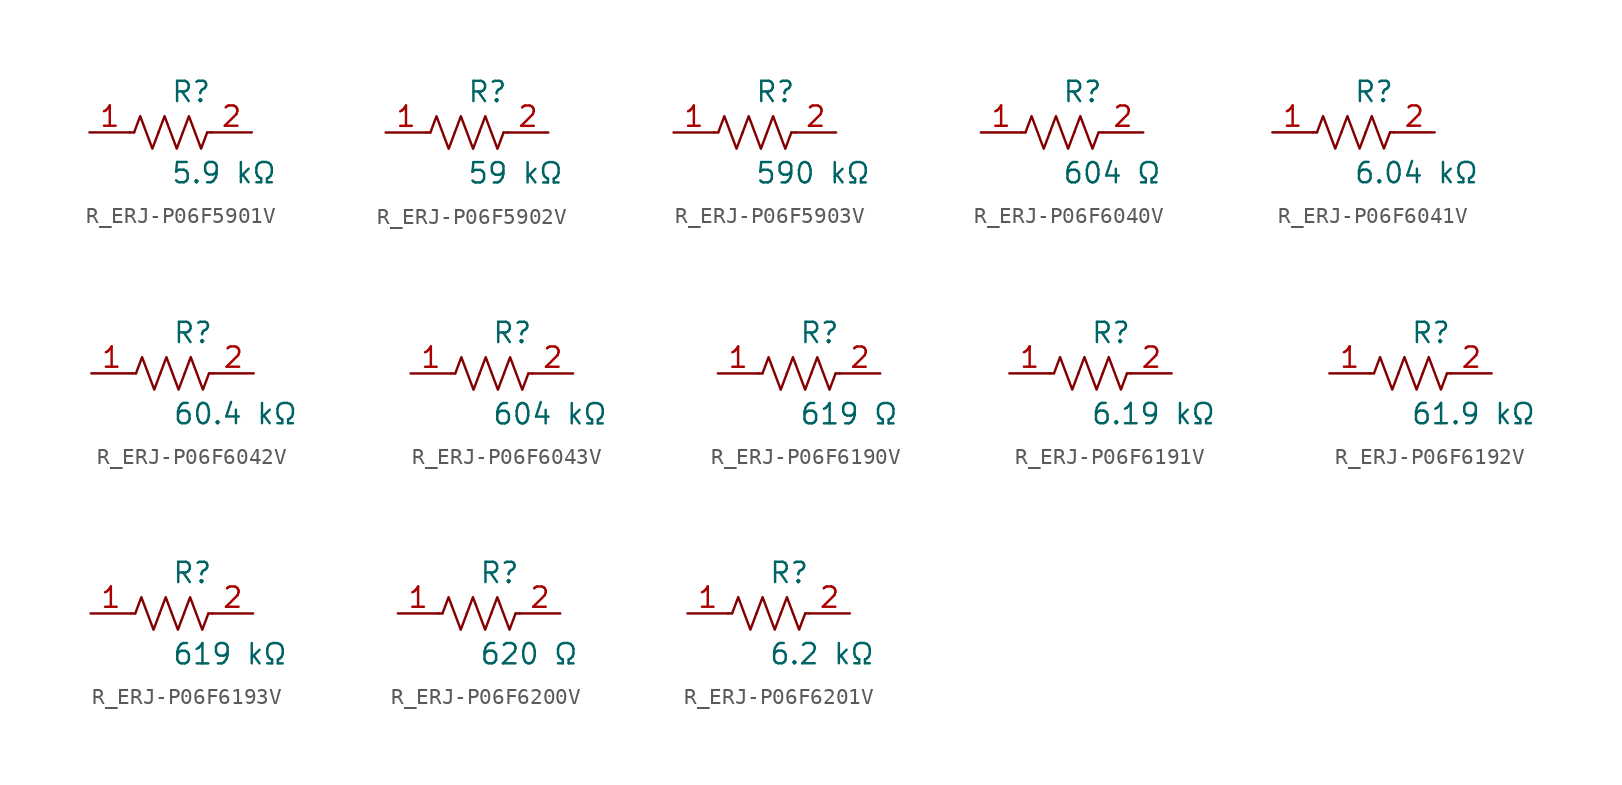
<source format=kicad_sym>
(kicad_symbol_lib
  (version 20231120)
  (generator kicad_symbol_editor)
  (generator_version 8.0)
  (symbol "R_ERJ-P06F5901V"
    (pin_names
      (offset 0.254))
    (property "Reference" "R"
      (at 0.0 2.54 0)
      (effects (font (size 1.27 1.27)) (justify left)))
    (property "Value" "5.9 kΩ"
      (at 0.0 -2.54 0)
      (effects (font (size 1.27 1.27)) (justify left)))
    (symbol "R_ERJ-P06F5901V_0_1"
      (polyline (pts (xy 2.286 0) (xy 2.54 0)) (stroke (width 0) (type default)) (fill (type none)))
      (polyline (pts (xy -2.286 0) (xy -2.54 0)) (stroke (width 0) (type default)) (fill (type none)))
      (polyline (pts (xy 0.762 0) (xy 1.143 1.016) (xy 1.524 0) (xy 1.905 -1.016) (xy 2.286 0)) (stroke (width 0) (type default)) (fill (type none)))
      (polyline (pts (xy -0.762 0) (xy -0.381 1.016) (xy 0 0) (xy 0.381 -1.016) (xy 0.762 0)) (stroke (width 0) (type default)) (fill (type none)))
      (polyline (pts (xy -2.286 0) (xy -1.905 1.016) (xy -1.524 0) (xy -1.143 -1.016) (xy -0.762 0)) (stroke (width 0) (type default)) (fill (type none))))
    (pin unspecified line
      (at -5.08 0 0)
      (length 2.54)
      (name "" (effects (font (size 1.27 1.27))))
      (number "1" (effects (font (size 1.27 1.27)))))
    (pin unspecified line
      (at 5.08 0 180)
      (length 2.54)
      (name "" (effects (font (size 1.27 1.27))))
      (number "2" (effects (font (size 1.27 1.27))))))
  (symbol "R_ERJ-P06F5902V"
    (pin_names
      (offset 0.254))
    (property "Reference" "R"
      (at 0.0 2.54 0)
      (effects (font (size 1.27 1.27)) (justify left)))
    (property "Value" "59 kΩ"
      (at 0.0 -2.54 0)
      (effects (font (size 1.27 1.27)) (justify left)))
    (symbol "R_ERJ-P06F5902V_0_1"
      (polyline (pts (xy 2.286 0) (xy 2.54 0)) (stroke (width 0) (type default)) (fill (type none)))
      (polyline (pts (xy -2.286 0) (xy -2.54 0)) (stroke (width 0) (type default)) (fill (type none)))
      (polyline (pts (xy 0.762 0) (xy 1.143 1.016) (xy 1.524 0) (xy 1.905 -1.016) (xy 2.286 0)) (stroke (width 0) (type default)) (fill (type none)))
      (polyline (pts (xy -0.762 0) (xy -0.381 1.016) (xy 0 0) (xy 0.381 -1.016) (xy 0.762 0)) (stroke (width 0) (type default)) (fill (type none)))
      (polyline (pts (xy -2.286 0) (xy -1.905 1.016) (xy -1.524 0) (xy -1.143 -1.016) (xy -0.762 0)) (stroke (width 0) (type default)) (fill (type none))))
    (pin unspecified line
      (at -5.08 0 0)
      (length 2.54)
      (name "" (effects (font (size 1.27 1.27))))
      (number "1" (effects (font (size 1.27 1.27)))))
    (pin unspecified line
      (at 5.08 0 180)
      (length 2.54)
      (name "" (effects (font (size 1.27 1.27))))
      (number "2" (effects (font (size 1.27 1.27))))))
  (symbol "R_ERJ-P06F5903V"
    (pin_names
      (offset 0.254))
    (property "Reference" "R"
      (at 0.0 2.54 0)
      (effects (font (size 1.27 1.27)) (justify left)))
    (property "Value" "590 kΩ"
      (at 0.0 -2.54 0)
      (effects (font (size 1.27 1.27)) (justify left)))
    (symbol "R_ERJ-P06F5903V_0_1"
      (polyline (pts (xy 2.286 0) (xy 2.54 0)) (stroke (width 0) (type default)) (fill (type none)))
      (polyline (pts (xy -2.286 0) (xy -2.54 0)) (stroke (width 0) (type default)) (fill (type none)))
      (polyline (pts (xy 0.762 0) (xy 1.143 1.016) (xy 1.524 0) (xy 1.905 -1.016) (xy 2.286 0)) (stroke (width 0) (type default)) (fill (type none)))
      (polyline (pts (xy -0.762 0) (xy -0.381 1.016) (xy 0 0) (xy 0.381 -1.016) (xy 0.762 0)) (stroke (width 0) (type default)) (fill (type none)))
      (polyline (pts (xy -2.286 0) (xy -1.905 1.016) (xy -1.524 0) (xy -1.143 -1.016) (xy -0.762 0)) (stroke (width 0) (type default)) (fill (type none))))
    (pin unspecified line
      (at -5.08 0 0)
      (length 2.54)
      (name "" (effects (font (size 1.27 1.27))))
      (number "1" (effects (font (size 1.27 1.27)))))
    (pin unspecified line
      (at 5.08 0 180)
      (length 2.54)
      (name "" (effects (font (size 1.27 1.27))))
      (number "2" (effects (font (size 1.27 1.27))))))
  (symbol "R_ERJ-P06F6040V"
    (pin_names
      (offset 0.254))
    (property "Reference" "R"
      (at 0.0 2.54 0)
      (effects (font (size 1.27 1.27)) (justify left)))
    (property "Value" "604 Ω"
      (at 0.0 -2.54 0)
      (effects (font (size 1.27 1.27)) (justify left)))
    (symbol "R_ERJ-P06F6040V_0_1"
      (polyline (pts (xy 2.286 0) (xy 2.54 0)) (stroke (width 0) (type default)) (fill (type none)))
      (polyline (pts (xy -2.286 0) (xy -2.54 0)) (stroke (width 0) (type default)) (fill (type none)))
      (polyline (pts (xy 0.762 0) (xy 1.143 1.016) (xy 1.524 0) (xy 1.905 -1.016) (xy 2.286 0)) (stroke (width 0) (type default)) (fill (type none)))
      (polyline (pts (xy -0.762 0) (xy -0.381 1.016) (xy 0 0) (xy 0.381 -1.016) (xy 0.762 0)) (stroke (width 0) (type default)) (fill (type none)))
      (polyline (pts (xy -2.286 0) (xy -1.905 1.016) (xy -1.524 0) (xy -1.143 -1.016) (xy -0.762 0)) (stroke (width 0) (type default)) (fill (type none))))
    (pin unspecified line
      (at -5.08 0 0)
      (length 2.54)
      (name "" (effects (font (size 1.27 1.27))))
      (number "1" (effects (font (size 1.27 1.27)))))
    (pin unspecified line
      (at 5.08 0 180)
      (length 2.54)
      (name "" (effects (font (size 1.27 1.27))))
      (number "2" (effects (font (size 1.27 1.27))))))
  (symbol "R_ERJ-P06F6041V"
    (pin_names
      (offset 0.254))
    (property "Reference" "R"
      (at 0.0 2.54 0)
      (effects (font (size 1.27 1.27)) (justify left)))
    (property "Value" "6.04 kΩ"
      (at 0.0 -2.54 0)
      (effects (font (size 1.27 1.27)) (justify left)))
    (symbol "R_ERJ-P06F6041V_0_1"
      (polyline (pts (xy 2.286 0) (xy 2.54 0)) (stroke (width 0) (type default)) (fill (type none)))
      (polyline (pts (xy -2.286 0) (xy -2.54 0)) (stroke (width 0) (type default)) (fill (type none)))
      (polyline (pts (xy 0.762 0) (xy 1.143 1.016) (xy 1.524 0) (xy 1.905 -1.016) (xy 2.286 0)) (stroke (width 0) (type default)) (fill (type none)))
      (polyline (pts (xy -0.762 0) (xy -0.381 1.016) (xy 0 0) (xy 0.381 -1.016) (xy 0.762 0)) (stroke (width 0) (type default)) (fill (type none)))
      (polyline (pts (xy -2.286 0) (xy -1.905 1.016) (xy -1.524 0) (xy -1.143 -1.016) (xy -0.762 0)) (stroke (width 0) (type default)) (fill (type none))))
    (pin unspecified line
      (at -5.08 0 0)
      (length 2.54)
      (name "" (effects (font (size 1.27 1.27))))
      (number "1" (effects (font (size 1.27 1.27)))))
    (pin unspecified line
      (at 5.08 0 180)
      (length 2.54)
      (name "" (effects (font (size 1.27 1.27))))
      (number "2" (effects (font (size 1.27 1.27))))))
  (symbol "R_ERJ-P06F6042V"
    (pin_names
      (offset 0.254))
    (property "Reference" "R"
      (at 0.0 2.54 0)
      (effects (font (size 1.27 1.27)) (justify left)))
    (property "Value" "60.4 kΩ"
      (at 0.0 -2.54 0)
      (effects (font (size 1.27 1.27)) (justify left)))
    (symbol "R_ERJ-P06F6042V_0_1"
      (polyline (pts (xy 2.286 0) (xy 2.54 0)) (stroke (width 0) (type default)) (fill (type none)))
      (polyline (pts (xy -2.286 0) (xy -2.54 0)) (stroke (width 0) (type default)) (fill (type none)))
      (polyline (pts (xy 0.762 0) (xy 1.143 1.016) (xy 1.524 0) (xy 1.905 -1.016) (xy 2.286 0)) (stroke (width 0) (type default)) (fill (type none)))
      (polyline (pts (xy -0.762 0) (xy -0.381 1.016) (xy 0 0) (xy 0.381 -1.016) (xy 0.762 0)) (stroke (width 0) (type default)) (fill (type none)))
      (polyline (pts (xy -2.286 0) (xy -1.905 1.016) (xy -1.524 0) (xy -1.143 -1.016) (xy -0.762 0)) (stroke (width 0) (type default)) (fill (type none))))
    (pin unspecified line
      (at -5.08 0 0)
      (length 2.54)
      (name "" (effects (font (size 1.27 1.27))))
      (number "1" (effects (font (size 1.27 1.27)))))
    (pin unspecified line
      (at 5.08 0 180)
      (length 2.54)
      (name "" (effects (font (size 1.27 1.27))))
      (number "2" (effects (font (size 1.27 1.27))))))
  (symbol "R_ERJ-P06F6043V"
    (pin_names
      (offset 0.254))
    (property "Reference" "R"
      (at 0.0 2.54 0)
      (effects (font (size 1.27 1.27)) (justify left)))
    (property "Value" "604 kΩ"
      (at 0.0 -2.54 0)
      (effects (font (size 1.27 1.27)) (justify left)))
    (symbol "R_ERJ-P06F6043V_0_1"
      (polyline (pts (xy 2.286 0) (xy 2.54 0)) (stroke (width 0) (type default)) (fill (type none)))
      (polyline (pts (xy -2.286 0) (xy -2.54 0)) (stroke (width 0) (type default)) (fill (type none)))
      (polyline (pts (xy 0.762 0) (xy 1.143 1.016) (xy 1.524 0) (xy 1.905 -1.016) (xy 2.286 0)) (stroke (width 0) (type default)) (fill (type none)))
      (polyline (pts (xy -0.762 0) (xy -0.381 1.016) (xy 0 0) (xy 0.381 -1.016) (xy 0.762 0)) (stroke (width 0) (type default)) (fill (type none)))
      (polyline (pts (xy -2.286 0) (xy -1.905 1.016) (xy -1.524 0) (xy -1.143 -1.016) (xy -0.762 0)) (stroke (width 0) (type default)) (fill (type none))))
    (pin unspecified line
      (at -5.08 0 0)
      (length 2.54)
      (name "" (effects (font (size 1.27 1.27))))
      (number "1" (effects (font (size 1.27 1.27)))))
    (pin unspecified line
      (at 5.08 0 180)
      (length 2.54)
      (name "" (effects (font (size 1.27 1.27))))
      (number "2" (effects (font (size 1.27 1.27))))))
  (symbol "R_ERJ-P06F6190V"
    (pin_names
      (offset 0.254))
    (property "Reference" "R"
      (at 0.0 2.54 0)
      (effects (font (size 1.27 1.27)) (justify left)))
    (property "Value" "619 Ω"
      (at 0.0 -2.54 0)
      (effects (font (size 1.27 1.27)) (justify left)))
    (symbol "R_ERJ-P06F6190V_0_1"
      (polyline (pts (xy 2.286 0) (xy 2.54 0)) (stroke (width 0) (type default)) (fill (type none)))
      (polyline (pts (xy -2.286 0) (xy -2.54 0)) (stroke (width 0) (type default)) (fill (type none)))
      (polyline (pts (xy 0.762 0) (xy 1.143 1.016) (xy 1.524 0) (xy 1.905 -1.016) (xy 2.286 0)) (stroke (width 0) (type default)) (fill (type none)))
      (polyline (pts (xy -0.762 0) (xy -0.381 1.016) (xy 0 0) (xy 0.381 -1.016) (xy 0.762 0)) (stroke (width 0) (type default)) (fill (type none)))
      (polyline (pts (xy -2.286 0) (xy -1.905 1.016) (xy -1.524 0) (xy -1.143 -1.016) (xy -0.762 0)) (stroke (width 0) (type default)) (fill (type none))))
    (pin unspecified line
      (at -5.08 0 0)
      (length 2.54)
      (name "" (effects (font (size 1.27 1.27))))
      (number "1" (effects (font (size 1.27 1.27)))))
    (pin unspecified line
      (at 5.08 0 180)
      (length 2.54)
      (name "" (effects (font (size 1.27 1.27))))
      (number "2" (effects (font (size 1.27 1.27))))))
  (symbol "R_ERJ-P06F6191V"
    (pin_names
      (offset 0.254))
    (property "Reference" "R"
      (at 0.0 2.54 0)
      (effects (font (size 1.27 1.27)) (justify left)))
    (property "Value" "6.19 kΩ"
      (at 0.0 -2.54 0)
      (effects (font (size 1.27 1.27)) (justify left)))
    (symbol "R_ERJ-P06F6191V_0_1"
      (polyline (pts (xy 2.286 0) (xy 2.54 0)) (stroke (width 0) (type default)) (fill (type none)))
      (polyline (pts (xy -2.286 0) (xy -2.54 0)) (stroke (width 0) (type default)) (fill (type none)))
      (polyline (pts (xy 0.762 0) (xy 1.143 1.016) (xy 1.524 0) (xy 1.905 -1.016) (xy 2.286 0)) (stroke (width 0) (type default)) (fill (type none)))
      (polyline (pts (xy -0.762 0) (xy -0.381 1.016) (xy 0 0) (xy 0.381 -1.016) (xy 0.762 0)) (stroke (width 0) (type default)) (fill (type none)))
      (polyline (pts (xy -2.286 0) (xy -1.905 1.016) (xy -1.524 0) (xy -1.143 -1.016) (xy -0.762 0)) (stroke (width 0) (type default)) (fill (type none))))
    (pin unspecified line
      (at -5.08 0 0)
      (length 2.54)
      (name "" (effects (font (size 1.27 1.27))))
      (number "1" (effects (font (size 1.27 1.27)))))
    (pin unspecified line
      (at 5.08 0 180)
      (length 2.54)
      (name "" (effects (font (size 1.27 1.27))))
      (number "2" (effects (font (size 1.27 1.27))))))
  (symbol "R_ERJ-P06F6192V"
    (pin_names
      (offset 0.254))
    (property "Reference" "R"
      (at 0.0 2.54 0)
      (effects (font (size 1.27 1.27)) (justify left)))
    (property "Value" "61.9 kΩ"
      (at 0.0 -2.54 0)
      (effects (font (size 1.27 1.27)) (justify left)))
    (symbol "R_ERJ-P06F6192V_0_1"
      (polyline (pts (xy 2.286 0) (xy 2.54 0)) (stroke (width 0) (type default)) (fill (type none)))
      (polyline (pts (xy -2.286 0) (xy -2.54 0)) (stroke (width 0) (type default)) (fill (type none)))
      (polyline (pts (xy 0.762 0) (xy 1.143 1.016) (xy 1.524 0) (xy 1.905 -1.016) (xy 2.286 0)) (stroke (width 0) (type default)) (fill (type none)))
      (polyline (pts (xy -0.762 0) (xy -0.381 1.016) (xy 0 0) (xy 0.381 -1.016) (xy 0.762 0)) (stroke (width 0) (type default)) (fill (type none)))
      (polyline (pts (xy -2.286 0) (xy -1.905 1.016) (xy -1.524 0) (xy -1.143 -1.016) (xy -0.762 0)) (stroke (width 0) (type default)) (fill (type none))))
    (pin unspecified line
      (at -5.08 0 0)
      (length 2.54)
      (name "" (effects (font (size 1.27 1.27))))
      (number "1" (effects (font (size 1.27 1.27)))))
    (pin unspecified line
      (at 5.08 0 180)
      (length 2.54)
      (name "" (effects (font (size 1.27 1.27))))
      (number "2" (effects (font (size 1.27 1.27))))))
  (symbol "R_ERJ-P06F6193V"
    (pin_names
      (offset 0.254))
    (property "Reference" "R"
      (at 0.0 2.54 0)
      (effects (font (size 1.27 1.27)) (justify left)))
    (property "Value" "619 kΩ"
      (at 0.0 -2.54 0)
      (effects (font (size 1.27 1.27)) (justify left)))
    (symbol "R_ERJ-P06F6193V_0_1"
      (polyline (pts (xy 2.286 0) (xy 2.54 0)) (stroke (width 0) (type default)) (fill (type none)))
      (polyline (pts (xy -2.286 0) (xy -2.54 0)) (stroke (width 0) (type default)) (fill (type none)))
      (polyline (pts (xy 0.762 0) (xy 1.143 1.016) (xy 1.524 0) (xy 1.905 -1.016) (xy 2.286 0)) (stroke (width 0) (type default)) (fill (type none)))
      (polyline (pts (xy -0.762 0) (xy -0.381 1.016) (xy 0 0) (xy 0.381 -1.016) (xy 0.762 0)) (stroke (width 0) (type default)) (fill (type none)))
      (polyline (pts (xy -2.286 0) (xy -1.905 1.016) (xy -1.524 0) (xy -1.143 -1.016) (xy -0.762 0)) (stroke (width 0) (type default)) (fill (type none))))
    (pin unspecified line
      (at -5.08 0 0)
      (length 2.54)
      (name "" (effects (font (size 1.27 1.27))))
      (number "1" (effects (font (size 1.27 1.27)))))
    (pin unspecified line
      (at 5.08 0 180)
      (length 2.54)
      (name "" (effects (font (size 1.27 1.27))))
      (number "2" (effects (font (size 1.27 1.27))))))
  (symbol "R_ERJ-P06F6200V"
    (pin_names
      (offset 0.254))
    (property "Reference" "R"
      (at 0.0 2.54 0)
      (effects (font (size 1.27 1.27)) (justify left)))
    (property "Value" "620 Ω"
      (at 0.0 -2.54 0)
      (effects (font (size 1.27 1.27)) (justify left)))
    (symbol "R_ERJ-P06F6200V_0_1"
      (polyline (pts (xy 2.286 0) (xy 2.54 0)) (stroke (width 0) (type default)) (fill (type none)))
      (polyline (pts (xy -2.286 0) (xy -2.54 0)) (stroke (width 0) (type default)) (fill (type none)))
      (polyline (pts (xy 0.762 0) (xy 1.143 1.016) (xy 1.524 0) (xy 1.905 -1.016) (xy 2.286 0)) (stroke (width 0) (type default)) (fill (type none)))
      (polyline (pts (xy -0.762 0) (xy -0.381 1.016) (xy 0 0) (xy 0.381 -1.016) (xy 0.762 0)) (stroke (width 0) (type default)) (fill (type none)))
      (polyline (pts (xy -2.286 0) (xy -1.905 1.016) (xy -1.524 0) (xy -1.143 -1.016) (xy -0.762 0)) (stroke (width 0) (type default)) (fill (type none))))
    (pin unspecified line
      (at -5.08 0 0)
      (length 2.54)
      (name "" (effects (font (size 1.27 1.27))))
      (number "1" (effects (font (size 1.27 1.27)))))
    (pin unspecified line
      (at 5.08 0 180)
      (length 2.54)
      (name "" (effects (font (size 1.27 1.27))))
      (number "2" (effects (font (size 1.27 1.27))))))
  (symbol "R_ERJ-P06F6201V"
    (pin_names
      (offset 0.254))
    (property "Reference" "R"
      (at 0.0 2.54 0)
      (effects (font (size 1.27 1.27)) (justify left)))
    (property "Value" "6.2 kΩ"
      (at 0.0 -2.54 0)
      (effects (font (size 1.27 1.27)) (justify left)))
    (symbol "R_ERJ-P06F6201V_0_1"
      (polyline (pts (xy 2.286 0) (xy 2.54 0)) (stroke (width 0) (type default)) (fill (type none)))
      (polyline (pts (xy -2.286 0) (xy -2.54 0)) (stroke (width 0) (type default)) (fill (type none)))
      (polyline (pts (xy 0.762 0) (xy 1.143 1.016) (xy 1.524 0) (xy 1.905 -1.016) (xy 2.286 0)) (stroke (width 0) (type default)) (fill (type none)))
      (polyline (pts (xy -0.762 0) (xy -0.381 1.016) (xy 0 0) (xy 0.381 -1.016) (xy 0.762 0)) (stroke (width 0) (type default)) (fill (type none)))
      (polyline (pts (xy -2.286 0) (xy -1.905 1.016) (xy -1.524 0) (xy -1.143 -1.016) (xy -0.762 0)) (stroke (width 0) (type default)) (fill (type none))))
    (pin unspecified line
      (at -5.08 0 0)
      (length 2.54)
      (name "" (effects (font (size 1.27 1.27))))
      (number "1" (effects (font (size 1.27 1.27)))))
    (pin unspecified line
      (at 5.08 0 180)
      (length 2.54)
      (name "" (effects (font (size 1.27 1.27))))
      (number "2" (effects (font (size 1.27 1.27)))))))
</source>
